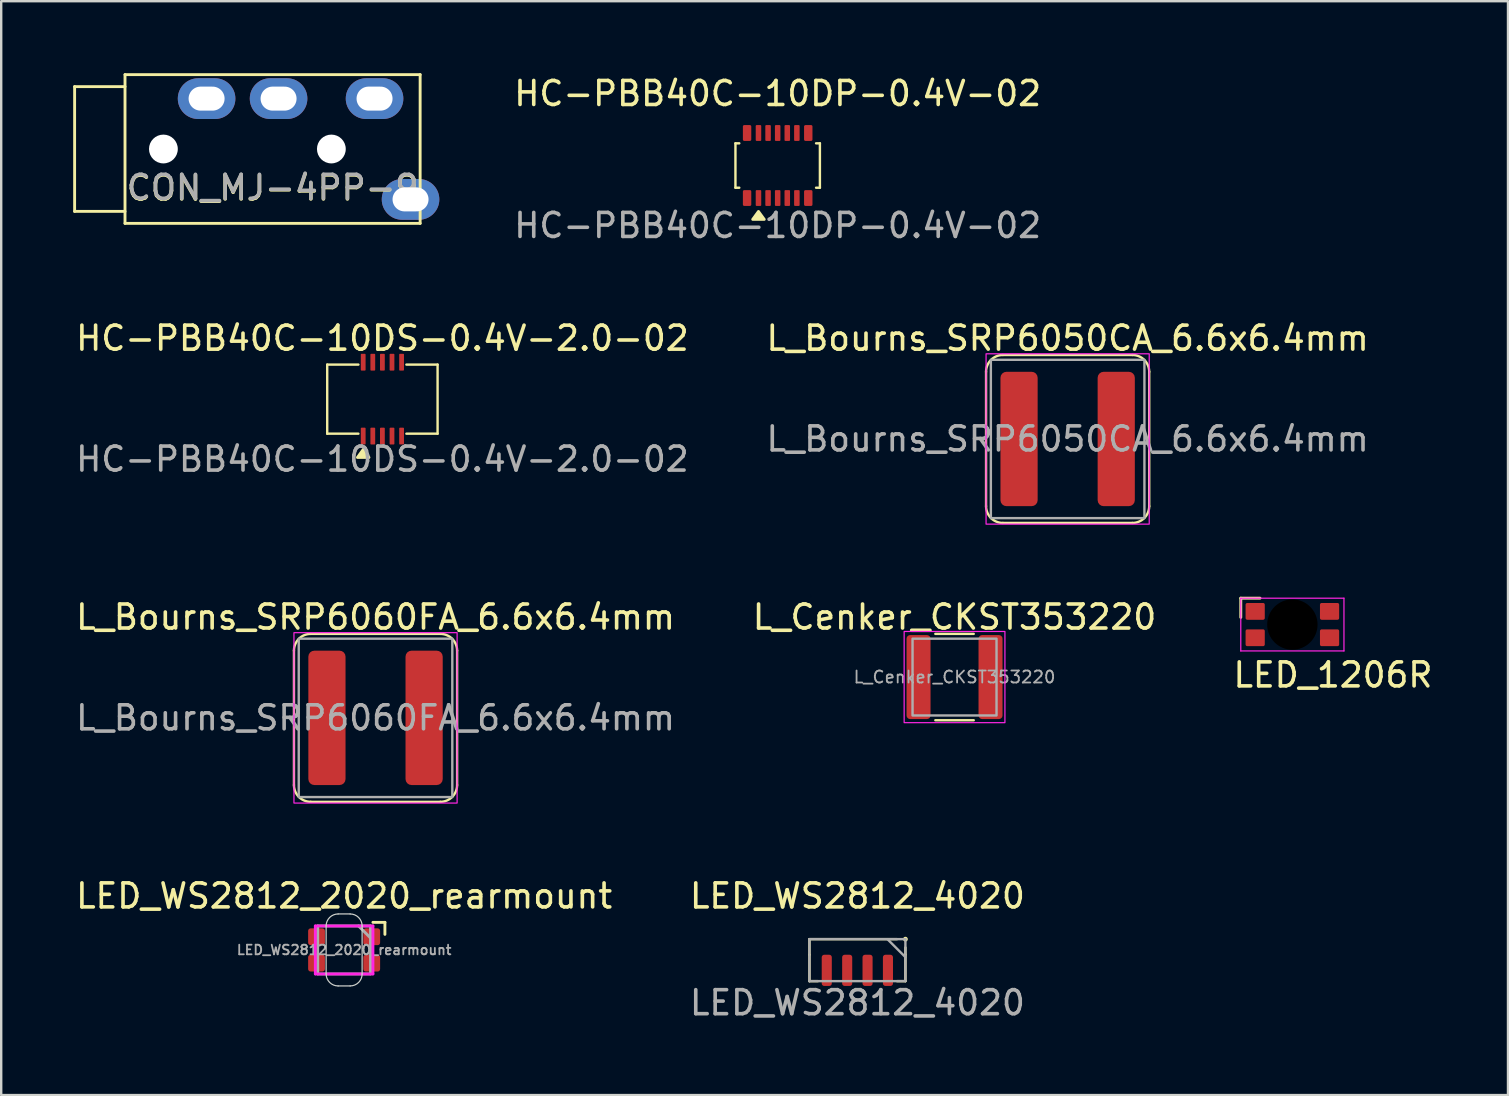
<source format=kicad_pcb>
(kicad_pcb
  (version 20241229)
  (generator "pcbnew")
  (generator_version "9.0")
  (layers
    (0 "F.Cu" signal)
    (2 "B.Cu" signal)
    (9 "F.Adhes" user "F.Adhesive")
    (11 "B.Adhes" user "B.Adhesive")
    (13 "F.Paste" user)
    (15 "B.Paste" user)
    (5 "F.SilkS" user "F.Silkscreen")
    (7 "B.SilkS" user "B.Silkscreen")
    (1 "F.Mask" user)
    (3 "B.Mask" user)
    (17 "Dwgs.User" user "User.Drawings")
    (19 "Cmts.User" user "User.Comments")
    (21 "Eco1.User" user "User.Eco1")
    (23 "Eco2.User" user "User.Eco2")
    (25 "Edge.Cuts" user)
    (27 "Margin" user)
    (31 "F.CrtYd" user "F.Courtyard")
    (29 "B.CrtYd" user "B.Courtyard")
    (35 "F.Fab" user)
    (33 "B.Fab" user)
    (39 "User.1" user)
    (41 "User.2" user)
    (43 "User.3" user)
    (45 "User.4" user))
  (footprint "L_Cenker_CKST353220"
    (layer "F.Cu")
    (at 36.732 25.168)
    (property "Reference" "L_Cenker_CKST353220" (at 0 -2.5 0) (layer "F.SilkS") (effects (font (size 1 1) (thickness 0.15))))
    (attr smd)
    (fp_line (start -0.8 -1.8) (end 0.8 -1.8) (stroke (width 0.1) (type default)) (layer "F.SilkS"))
    (fp_line (start -0.8 1.8) (end 0.8 1.8) (stroke (width 0.1) (type default)) (layer "F.SilkS"))
    (fp_rect (start -2.1 -1.9) (end 2.1 1.9) (stroke (width 0.05) (type default)) (fill no) (layer "F.CrtYd"))
    (fp_rect (start -1.75 -1.6) (end 1.75 1.6) (stroke (width 0.1) (type default)) (fill no) (layer "F.Fab"))
    (fp_text user "${REFERENCE}" (at 0 0 0) (layer "F.Fab") (effects (font (size 0.5 0.5) (thickness 0.075))))
    (pad "1" smd roundrect (at -1.5 0) (size 1 3.5) (layers "F.Cu" "F.Mask" "F.Paste") (roundrect_rratio 0.15))
    (pad "2" smd roundrect (at 1.5 0) (size 1 3.5) (layers "F.Cu" "F.Mask" "F.Paste") (roundrect_rratio 0.15)))
  (footprint "L_Bourns_SRP6060FA_6.6x6.4mm"
    (layer "F.Cu")
    (at 12.601 26.868)
    (property "Reference" "L_Bourns_SRP6060FA_6.6x6.4mm" (at 0 -4.2 0) (layer "F.SilkS") (effects (font (size 1 1) (thickness 0.15))))
    (attr smd)
    (fp_line (start -3.4 2.8) (end -3.4 -2.8) (stroke (width 0.1) (type default)) (layer "F.SilkS"))
    (fp_line (start -2.7 -3.5) (end 2.7 -3.5) (stroke (width 0.1) (type default)) (layer "F.SilkS"))
    (fp_line (start 2.7 3.5) (end -2.7 3.5) (stroke (width 0.1) (type default)) (layer "F.SilkS"))
    (fp_line (start 3.4 -2.8) (end 3.4 2.8) (stroke (width 0.1) (type default)) (layer "F.SilkS"))
    (fp_arc (start -3.4 -2.8) (mid -3.194975 -3.294975) (end -2.7 -3.5) (stroke (width 0.1) (type default)) (layer "F.SilkS"))
    (fp_arc (start -2.7 3.5) (mid -3.194975 3.294975) (end -3.4 2.8) (stroke (width 0.1) (type default)) (layer "F.SilkS"))
    (fp_arc (start 2.7 -3.5) (mid 3.194975 -3.294975) (end 3.4 -2.8) (stroke (width 0.1) (type default)) (layer "F.SilkS"))
    (fp_arc (start 3.4 2.8) (mid 3.194975 3.294975) (end 2.7 3.5) (stroke (width 0.1) (type default)) (layer "F.SilkS"))
    (fp_rect (start -3.4 -3.55) (end 3.4 3.55) (stroke (width 0.05) (type default)) (fill no) (layer "F.CrtYd"))
    (fp_rect (start -3.2 -3.3) (end 3.2 3.3) (stroke (width 0.1) (type default)) (fill no) (layer "F.Fab"))
    (fp_text user "${REFERENCE}" (at 0 0 0) (layer "F.Fab") (effects (font (size 1 1) (thickness 0.15))))
    (pad "1" smd roundrect (at -2.025 0 90) (size 5.6 1.55) (layers "F.Cu" "F.Mask" "F.Paste") (roundrect_rratio 0.161))
    (pad "2" smd roundrect (at 2.025 0 90) (size 5.6 1.55) (layers "F.Cu" "F.Mask" "F.Paste") (roundrect_rratio 0.161)))
  (footprint "L_Bourns_SRP6050CA_6.6x6.4mm"
    (layer "F.Cu")
    (at 41.446 15.245)
    (property "Reference" "L_Bourns_SRP6050CA_6.6x6.4mm" (at 0 -4.2 0) (layer "F.SilkS") (effects (font (size 1 1) (thickness 0.15))))
    (attr smd)
    (fp_line (start -3.4 2.8) (end -3.4 -2.8) (stroke (width 0.1) (type default)) (layer "F.SilkS"))
    (fp_line (start -2.7 -3.5) (end 2.7 -3.5) (stroke (width 0.1) (type default)) (layer "F.SilkS"))
    (fp_line (start 2.7 3.5) (end -2.7 3.5) (stroke (width 0.1) (type default)) (layer "F.SilkS"))
    (fp_line (start 3.4 -2.8) (end 3.4 2.8) (stroke (width 0.1) (type default)) (layer "F.SilkS"))
    (fp_arc (start -3.4 -2.8) (mid -3.194975 -3.294975) (end -2.7 -3.5) (stroke (width 0.1) (type default)) (layer "F.SilkS"))
    (fp_arc (start -2.7 3.5) (mid -3.194975 3.294975) (end -3.4 2.8) (stroke (width 0.1) (type default)) (layer "F.SilkS"))
    (fp_arc (start 2.7 -3.5) (mid 3.194975 -3.294975) (end 3.4 -2.8) (stroke (width 0.1) (type default)) (layer "F.SilkS"))
    (fp_arc (start 3.4 2.8) (mid 3.194975 3.294975) (end 2.7 3.5) (stroke (width 0.1) (type default)) (layer "F.SilkS"))
    (fp_rect (start -3.4 -3.55) (end 3.4 3.55) (stroke (width 0.05) (type default)) (fill no) (layer "F.CrtYd"))
    (fp_rect (start -3.2 -3.3) (end 3.2 3.3) (stroke (width 0.1) (type default)) (fill no) (layer "F.Fab"))
    (fp_text user "${REFERENCE}" (at 0 0 0) (layer "F.Fab") (effects (font (size 1 1) (thickness 0.15))))
    (pad "1" smd roundrect (at -2.025 0 90) (size 5.6 1.55) (layers "F.Cu" "F.Mask" "F.Paste") (roundrect_rratio 0.161))
    (pad "2" smd roundrect (at 2.025 0 90) (size 5.6 1.55) (layers "F.Cu" "F.Mask" "F.Paste") (roundrect_rratio 0.161)))
  (footprint "HC-PBB40C-10DP-0.4V-02"
    (layer "F.Cu")
    (at 29.361 3.848)
    (property "Reference" "HC-PBB40C-10DP-0.4V-02" (at 0 -3 0) (unlocked yes) (layer "F.SilkS") (effects (font (size 1 1) (thickness 0.15))))
    (attr smd)
    (fp_line (start -1.76 -0.925) (end -1.76 0.925) (stroke (width 0.1) (type default)) (layer "F.SilkS"))
    (fp_line (start -1.6 -0.925) (end -1.76 -0.925) (stroke (width 0.1) (type default)) (layer "F.SilkS"))
    (fp_line (start -1.6 0.925) (end -1.76 0.925) (stroke (width 0.1) (type default)) (layer "F.SilkS"))
    (fp_line (start 1.6 -0.925) (end 1.76 -0.925) (stroke (width 0.1) (type default)) (layer "F.SilkS"))
    (fp_line (start 1.6 0.925) (end 1.76 0.925) (stroke (width 0.1) (type default)) (layer "F.SilkS"))
    (fp_line (start 1.76 0.925) (end 1.76 -0.925) (stroke (width 0.1) (type default)) (layer "F.SilkS"))
    (fp_poly (pts (xy -0.8 1.915) (xy -0.56 2.245) (xy -1.04 2.245) (xy -0.8 1.915)) (stroke (width 0.12) (type solid)) (fill yes) (layer "F.SilkS"))
    (fp_text user "${REFERENCE}" (at 0 2.5 0) (unlocked yes) (layer "F.Fab") (effects (font (size 1 1) (thickness 0.15))))
    (pad "1" smd roundrect (at -0.8 1.355) (size 0.23 0.66) (layers "F.Cu" "F.Mask" "F.Paste") (roundrect_rratio 0.164))
    (pad "2" smd roundrect (at -0.8 -1.355) (size 0.23 0.66) (layers "F.Cu" "F.Mask" "F.Paste") (roundrect_rratio 0.164))
    (pad "3" smd roundrect (at -0.4 1.355) (size 0.23 0.66) (layers "F.Cu" "F.Mask" "F.Paste") (roundrect_rratio 0.164))
    (pad "4" smd roundrect (at -0.4 -1.355) (size 0.23 0.66) (layers "F.Cu" "F.Mask" "F.Paste") (roundrect_rratio 0.164))
    (pad "5" smd roundrect (at 0 1.355) (size 0.23 0.66) (layers "F.Cu" "F.Mask" "F.Paste") (roundrect_rratio 0.164))
    (pad "6" smd roundrect (at 0 -1.355) (size 0.23 0.66) (layers "F.Cu" "F.Mask" "F.Paste") (roundrect_rratio 0.164))
    (pad "7" smd roundrect (at 0.4 1.355) (size 0.23 0.66) (layers "F.Cu" "F.Mask" "F.Paste") (roundrect_rratio 0.164))
    (pad "8" smd roundrect (at 0.4 -1.355) (size 0.23 0.66) (layers "F.Cu" "F.Mask" "F.Paste") (roundrect_rratio 0.164))
    (pad "9" smd roundrect (at 0.8 1.355) (size 0.23 0.66) (layers "F.Cu" "F.Mask" "F.Paste") (roundrect_rratio 0.164))
    (pad "10" smd roundrect (at 0.8 -1.355) (size 0.23 0.66) (layers "F.Cu" "F.Mask" "F.Paste") (roundrect_rratio 0.164))
    (pad "MP" smd roundrect (at -1.275 -1.355) (size 0.35 0.66) (layers "F.Cu" "F.Mask" "F.Paste") (roundrect_rratio 0.164))
    (pad "MP" smd roundrect (at -1.275 1.355) (size 0.35 0.66) (layers "F.Cu" "F.Mask" "F.Paste") (roundrect_rratio 0.164))
    (pad "MP" smd roundrect (at 1.275 -1.355 180) (size 0.35 0.66) (layers "F.Cu" "F.Mask" "F.Paste") (roundrect_rratio 0.164))
    (pad "MP" smd roundrect (at 1.275 1.355 180) (size 0.35 0.66) (layers "F.Cu" "F.Mask" "F.Paste") (roundrect_rratio 0.164)))
  (footprint "LED_WS2812_2020_rearmount"
    (layer "F.Cu")
    (at 11.292 36.541)
    (property "Reference" "LED_WS2812_2020_rearmount" (at 0 -2.25 0) (layer "F.SilkS") (effects (font (size 1 1) (thickness 0.15))))
    (attr smd exclude_from_pos_files exclude_from_bom)
    (fp_line (start 1.7 -1.15) (end 1.2 -1.15) (stroke (width 0.12) (type solid)) (layer "F.SilkS"))
    (fp_line (start 1.7 -0.65) (end 1.7 -1.15) (stroke (width 0.12) (type solid)) (layer "F.SilkS"))
    (fp_line (start -0.75 1) (end -0.75 -1) (stroke (width 0.05) (type solid)) (layer "Edge.Cuts"))
    (fp_line (start -0.25 1.5) (end 0.25 1.5) (stroke (width 0.05) (type solid)) (layer "Edge.Cuts"))
    (fp_line (start 0.25 -1.5) (end -0.25 -1.5) (stroke (width 0.05) (type solid)) (layer "Edge.Cuts"))
    (fp_line (start 0.75 -1) (end 0.75 1) (stroke (width 0.05) (type solid)) (layer "Edge.Cuts"))
    (fp_arc (start -0.75 -1) (mid -0.603554 -1.353553) (end -0.250001 -1.500001) (stroke (width 0.05) (type solid)) (layer "Edge.Cuts"))
    (fp_arc (start -0.250001 1.499999) (mid -0.603553 1.353552) (end -0.75 1) (stroke (width 0.05) (type solid)) (layer "Edge.Cuts"))
    (fp_arc (start 0.250001 -1.499999) (mid 0.603554 -1.353553) (end 0.75 -1) (stroke (width 0.05) (type solid)) (layer "Edge.Cuts"))
    (fp_arc (start 0.75 1) (mid 0.603554 1.353554) (end 0.250001 1.500001) (stroke (width 0.05) (type solid)) (layer "Edge.Cuts"))
    (fp_line (start -1.2 -1) (end -1.2 1) (stroke (width 0.12) (type solid)) (layer "F.CrtYd"))
    (fp_line (start -1.2 1) (end 1.2 1) (stroke (width 0.12) (type solid)) (layer "F.CrtYd"))
    (fp_line (start 1.2 -1) (end -1.2 -1) (stroke (width 0.12) (type solid)) (layer "F.CrtYd"))
    (fp_line (start 1.2 1) (end 1.2 -1) (stroke (width 0.12) (type solid)) (layer "F.CrtYd"))
    (fp_line (start -1.1 -1) (end -1.1 1) (stroke (width 0.12) (type solid)) (layer "F.Fab"))
    (fp_line (start -1.1 1) (end 1.1 1) (stroke (width 0.12) (type solid)) (layer "F.Fab"))
    (fp_line (start 1.1 -1) (end -1.1 -1) (stroke (width 0.12) (type solid)) (layer "F.Fab"))
    (fp_line (start 1.1 -0.5) (end 0.6 -1) (stroke (width 0.12) (type default)) (layer "F.Fab"))
    (fp_line (start 1.1 1) (end 1.1 -1) (stroke (width 0.12) (type solid)) (layer "F.Fab"))
    (fp_text user "${REFERENCE}" (at 0 0 0) (layer "F.Fab") (effects (font (size 0.4 0.4) (thickness 0.075) (bold yes))))
    (pad "1" smd roundrect (at 1.15 -0.55) (size 0.7 0.7) (layers "F.Cu" "F.Mask" "F.Paste") (roundrect_rratio 0.15))
    (pad "2" smd roundrect (at 1.15 0.55) (size 0.7 0.7) (layers "F.Cu" "F.Mask" "F.Paste") (roundrect_rratio 0.15))
    (pad "3" smd roundrect (at -1.15 0.55) (size 0.7 0.7) (layers "F.Cu" "F.Mask" "F.Paste") (roundrect_rratio 0.15))
    (pad "4" smd roundrect (at -1.15 -0.55) (size 0.7 0.7) (layers "F.Cu" "F.Mask" "F.Paste") (roundrect_rratio 0.15)))
  (footprint "CON_MJ-4PP-9"
    (layer "F.Cu")
    (at 8.31 3.16)
    (property "Reference" "CON_MJ-4PP-9" (at 0 1.626 0) (unlocked yes) (layer "F.SilkS") (effects (font (size 1 1) (thickness 0.15))))
    (attr through_hole)
    (fp_line (start -8.25 2.6) (end -8.25 -2.6) (stroke (width 0.12) (type solid)) (layer "F.SilkS"))
    (fp_line (start -6.15 -3.1) (end 6.15 -3.1) (stroke (width 0.12) (type solid)) (layer "F.SilkS"))
    (fp_line (start -6.15 -2.6) (end -8.25 -2.6) (stroke (width 0.12) (type solid)) (layer "F.SilkS"))
    (fp_line (start -6.15 2.6) (end -8.25 2.6) (stroke (width 0.12) (type solid)) (layer "F.SilkS"))
    (fp_line (start -6.15 3.1) (end -6.15 -3.1) (stroke (width 0.12) (type solid)) (layer "F.SilkS"))
    (fp_line (start 6.15 -3.1) (end 6.15 3.1) (stroke (width 0.12) (type solid)) (layer "F.SilkS"))
    (fp_line (start 6.15 3.1) (end -6.15 3.1) (stroke (width 0.12) (type solid)) (layer "F.SilkS"))
    (fp_text user "${REFERENCE}" (at 0 1.6 0) (layer "F.Fab") (effects (font (size 1 1) (thickness 0.15))))
    (pad "" np_thru_hole circle (at -4.55 0 90) (size 1.2 1.2) (drill 1.2) (layers "*.Cu" "*.Mask"))
    (pad "" np_thru_hole circle (at 2.45 0 90) (size 1.2 1.2) (drill 1.2) (layers "*.Cu" "*.Mask"))
    (pad "R1" thru_hole oval (at 4.25 -2.1 90) (size 1.7 2.4) (drill oval 1 1.5) (layers "*.Cu" "*.Mask"))
    (pad "R2" thru_hole oval (at 0.25 -2.1 90) (size 1.7 2.4) (drill oval 1 1.5) (layers "*.Cu" "*.Mask"))
    (pad "S" thru_hole oval (at -2.75 -2.1 90) (size 1.7 2.4) (drill oval 1 1.5) (layers "*.Cu" "*.Mask"))
    (pad "T" thru_hole oval (at 5.75 2.1 90) (size 1.7 2.4) (drill oval 1 1.5) (layers "*.Cu" "*.Mask")))
  (footprint "LED_WS2812_4020"
    (layer "F.Cu")
    (at 32.685 36.741)
    (property "Reference" "LED_WS2812_4020" (at 0 -2.45 0) (layer "F.SilkS") (effects (font (size 1 1) (thickness 0.15))))
    (attr smd)
    (fp_line (start -2 -0.65) (end 1.65 -0.65) (stroke (width 0.1) (type default)) (layer "F.SilkS"))
    (fp_line (start -2 0) (end -2 -0.65) (stroke (width 0.1) (type default)) (layer "F.SilkS"))
    (fp_line (start -2 0) (end -2 1.1) (stroke (width 0.1) (type default)) (layer "F.SilkS"))
    (fp_line (start -2 1.1) (end -1.65 1.1) (stroke (width 0.1) (type default)) (layer "F.SilkS"))
    (fp_line (start 1.65 1.1) (end 2 1.1) (stroke (width 0.1) (type default)) (layer "F.SilkS"))
    (fp_line (start 2 0) (end 2 -0.3) (stroke (width 0.1) (type default)) (layer "F.SilkS"))
    (fp_line (start 2 0) (end 2 1.1) (stroke (width 0.1) (type default)) (layer "F.SilkS"))
    (fp_circle (center 2 -0.65) (end 2.05 -0.65) (stroke (width 0.1) (type default)) (fill no) (layer "F.SilkS"))
    (fp_line (start -2 -0.65) (end 2 -0.65) (stroke (width 0.1) (type default)) (layer "F.Fab"))
    (fp_line (start -2 1.1) (end -2 -0.65) (stroke (width 0.1) (type default)) (layer "F.Fab"))
    (fp_line (start 1.25 -0.65) (end 2 0.1) (stroke (width 0.1) (type default)) (layer "F.Fab"))
    (fp_line (start 2 -0.65) (end 2 1.1) (stroke (width 0.1) (type default)) (layer "F.Fab"))
    (fp_line (start 2 1.1) (end -2 1.1) (stroke (width 0.1) (type default)) (layer "F.Fab"))
    (fp_text user "${REFERENCE}" (at 0 2 0) (layer "F.Fab") (effects (font (size 1 1) (thickness 0.15))))
    (pad "1" smd roundrect (at 1.272 0.65 180) (size 0.42 1.3) (layers "F.Cu" "F.Mask" "F.Paste") (roundrect_rratio 0.25))
    (pad "2" smd roundrect (at 0.422 0.65 180) (size 0.42 1.3) (layers "F.Cu" "F.Mask" "F.Paste") (roundrect_rratio 0.25))
    (pad "3" smd roundrect (at -0.427 0.65 180) (size 0.42 1.3) (layers "F.Cu" "F.Mask" "F.Paste") (roundrect_rratio 0.25))
    (pad "4" smd roundrect (at -1.278 0.65 180) (size 0.42 1.3) (layers "F.Cu" "F.Mask" "F.Paste") (roundrect_rratio 0.25)))
  (footprint "LED_1206R"
    (layer "F.Cu")
    (at 50.812 22.98)
    (property "Reference" "LED_1206R" (at -2.55 2.1 0) (layer "F.SilkS") (effects (font (size 1 1) (thickness 0.15)) (justify left)))
    (attr smd)
    (fp_line (start -2.15 -1.1) (end -2.15 -0.3) (stroke (width 0.12) (type solid)) (layer "F.SilkS"))
    (fp_line (start -1.35 -1.1) (end -2.15 -1.1) (stroke (width 0.12) (type solid)) (layer "F.SilkS"))
    (fp_line (start -2.15 -1.1) (end 2.15 -1.1) (stroke (width 0.05) (type solid)) (layer "F.CrtYd"))
    (fp_line (start -2.15 1.1) (end -2.15 -1.1) (stroke (width 0.05) (type solid)) (layer "F.CrtYd"))
    (fp_line (start 2.15 -1.1) (end 2.15 1.1) (stroke (width 0.05) (type solid)) (layer "F.CrtYd"))
    (fp_line (start 2.15 1.1) (end -2.15 1.1) (stroke (width 0.05) (type solid)) (layer "F.CrtYd"))
    (pad "" np_thru_hole circle (at 0 0 270) (size 2.1 2.1) (drill 2.1) (layers "*.Mask"))
    (pad "1" smd roundrect (at -1.55 -0.55 270) (size 0.7 0.8) (layers "F.Cu" "F.Mask" "F.Paste") (roundrect_rratio 0.1))
    (pad "2" smd roundrect (at -1.55 0.55 270) (size 0.7 0.8) (layers "F.Cu" "F.Mask" "F.Paste") (roundrect_rratio 0.1))
    (pad "3" smd roundrect (at 1.55 0.55 270) (size 0.7 0.8) (layers "F.Cu" "F.Mask" "F.Paste") (roundrect_rratio 0.1))
    (pad "4" smd roundrect (at 1.55 -0.55 270) (size 0.7 0.8) (layers "F.Cu" "F.Mask" "F.Paste") (roundrect_rratio 0.1)))
  (footprint "HC-PBB40C-10DS-0.4V-2.0-02"
    (layer "F.Cu")
    (at 12.887 13.585)
    (property "Reference" "HC-PBB40C-10DS-0.4V-2.0-02" (at 0 -2.54 0) (unlocked yes) (layer "F.SilkS") (effects (font (size 1 1) (thickness 0.15))))
    (attr smd)
    (fp_line (start -2.3 -1.44) (end -2.3 1.44) (stroke (width 0.1) (type default)) (layer "F.SilkS"))
    (fp_line (start -2.3 -1.44) (end -1 -1.44) (stroke (width 0.1) (type default)) (layer "F.SilkS"))
    (fp_line (start -2.3 1.44) (end -1 1.44) (stroke (width 0.1) (type default)) (layer "F.SilkS"))
    (fp_line (start 2.3 -1.44) (end 1 -1.44) (stroke (width 0.1) (type default)) (layer "F.SilkS"))
    (fp_line (start 2.3 1.44) (end 1 1.44) (stroke (width 0.1) (type default)) (layer "F.SilkS"))
    (fp_line (start 2.3 1.44) (end 2.3 -1.44) (stroke (width 0.1) (type default)) (layer "F.SilkS"))
    (fp_poly (pts (xy -0.8 2.1) (xy -0.56 2.43) (xy -1.04 2.43) (xy -0.8 2.1)) (stroke (width 0.12) (type solid)) (fill yes) (layer "F.SilkS"))
    (fp_text user "${REFERENCE}" (at 0 2.5 0) (unlocked yes) (layer "F.Fab") (effects (font (size 1 1) (thickness 0.15))))
    (pad "1" smd roundrect (at -0.8 1.54) (size 0.2 0.7) (layers "F.Cu" "F.Mask" "F.Paste") (roundrect_rratio 0.164))
    (pad "2" smd roundrect (at -0.8 -1.54) (size 0.2 0.7) (layers "F.Cu" "F.Mask" "F.Paste") (roundrect_rratio 0.164))
    (pad "3" smd roundrect (at -0.4 1.54) (size 0.2 0.7) (layers "F.Cu" "F.Mask" "F.Paste") (roundrect_rratio 0.164))
    (pad "4" smd roundrect (at -0.4 -1.54) (size 0.2 0.7) (layers "F.Cu" "F.Mask" "F.Paste") (roundrect_rratio 0.164))
    (pad "5" smd roundrect (at 0 1.54) (size 0.2 0.7) (layers "F.Cu" "F.Mask" "F.Paste") (roundrect_rratio 0.164))
    (pad "6" smd roundrect (at 0 -1.54) (size 0.2 0.7) (layers "F.Cu" "F.Mask" "F.Paste") (roundrect_rratio 0.164))
    (pad "7" smd roundrect (at 0.4 1.54) (size 0.2 0.7) (layers "F.Cu" "F.Mask" "F.Paste") (roundrect_rratio 0.164))
    (pad "8" smd roundrect (at 0.4 -1.54) (size 0.2 0.7) (layers "F.Cu" "F.Mask" "F.Paste") (roundrect_rratio 0.164))
    (pad "9" smd roundrect (at 0.8 1.54) (size 0.2 0.7) (layers "F.Cu" "F.Mask" "F.Paste") (roundrect_rratio 0.164))
    (pad "10" smd roundrect (at 0.8 -1.54) (size 0.2 0.7) (layers "F.Cu" "F.Mask" "F.Paste") (roundrect_rratio 0.164))
    (zone (net_name "") (layer "F.Cu") (hatch edge 0.5) (connect_pads) (min_thickness 0.25) (filled_areas_thickness no) (keepout (tracks not_allowed) (vias not_allowed) (pads not_allowed) (copperpour not_allowed) (footprints not_allowed)) (placement (enabled no)) (fill) (polygon (pts (xy 11.987 12.395) (xy 13.787 12.395) (xy 13.787 13.085) (xy 11.987 13.085))))
    (zone (net_name "") (layer "F.Cu") (hatch edge 0.5) (connect_pads) (min_thickness 0.25) (filled_areas_thickness no) (keepout (tracks not_allowed) (vias not_allowed) (pads not_allowed) (copperpour not_allowed) (footprints not_allowed)) (placement (enabled no)) (fill) (polygon (pts (xy 11.987 14.085) (xy 13.787 14.085) (xy 13.787 14.775) (xy 11.987 14.775)))))
  (gr_rect
    (start -3 -3)
    (end 59.798 42.59)
    (stroke (width 0.1) (type default))
    (fill no)
    (layer "Edge.Cuts")))
</source>
